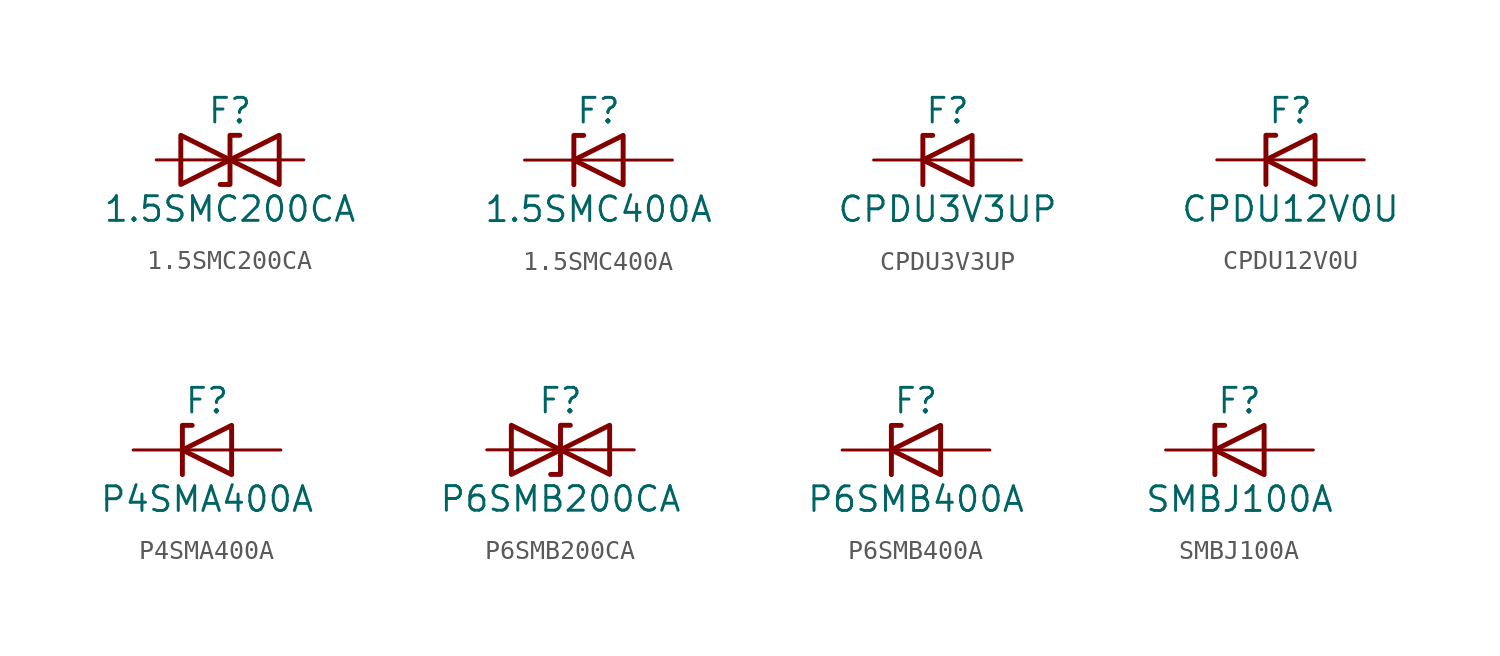
<source format=kicad_sym>
(kicad_symbol_lib
  (version 20220914)
  (generator kicad_db_lib)
  (symbol "1.5SMC200CA"
    (pin_numbers hide)
    (pin_names
      (offset 1.016) hide)
    (property "Reference" "F"
      (at 0 2.54 0)
      (effects (font (size 1.27 1.27))))
    (property "Value" "1.5SMC200CA"
      (at 0 -2.54 0)
      (effects (font (size 1.27 1.27))))
    (symbol "1.5SMC200CA_0_1"
      (polyline (pts (xy 1.27 0) (xy -1.27 0)) (stroke (width 0) (type default)) (fill (type none)))
      (polyline (pts (xy 0.508 1.27) (xy 0 1.27) (xy 0 -1.27) (xy -0.508 -1.27)) (stroke (width 0.254) (type default)) (fill (type none)))
      (polyline (pts (xy -2.54 1.27) (xy -2.54 -1.27) (xy 2.54 1.27) (xy 2.54 -1.27) (xy -2.54 1.27)) (stroke (width 0.254) (type default)) (fill (type none))))
    (symbol "1.5SMC200CA_1_1"
      (pin passive line (at -3.81 0 0) (length 2.54) (name "A1" (effects (font (size 1.27 1.27)))) (number "1" (effects (font (size 1.27 1.27)))))
      (pin passive line (at 3.81 0 180) (length 2.54) (name "A2" (effects (font (size 1.27 1.27)))) (number "2" (effects (font (size 1.27 1.27)))))))
  (symbol "1.5SMC400A"
    (pin_numbers hide)
    (pin_names
      (offset 1.016) hide)
    (property "Reference" "F"
      (at 0 2.54 0)
      (effects (font (size 1.27 1.27))))
    (property "Value" "1.5SMC400A"
      (at 0 -2.54 0)
      (effects (font (size 1.27 1.27))))
    (symbol "1.5SMC400A_0_1"
      (polyline (pts (xy 1.27 0) (xy -1.27 0)) (stroke (width 0) (type default)) (fill (type none)))
      (polyline (pts (xy -1.27 -1.27) (xy -1.27 1.27) (xy -0.762 1.27)) (stroke (width 0.254) (type default)) (fill (type none)))
      (polyline (pts (xy 1.27 -1.27) (xy 1.27 1.27) (xy -1.27 0) (xy 1.27 -1.27)) (stroke (width 0.254) (type default)) (fill (type none))))
    (symbol "1.5SMC400A_1_1"
      (pin passive line (at -3.81 0 0) (length 2.54) (name "K" (effects (font (size 1.27 1.27)))) (number "1" (effects (font (size 1.27 1.27)))))
      (pin passive line (at 3.81 0 180) (length 2.54) (name "A" (effects (font (size 1.27 1.27)))) (number "2" (effects (font (size 1.27 1.27)))))))
  (symbol "CPDU3V3UP"
    (pin_numbers hide)
    (pin_names
      (offset 1.016) hide)
    (property "Reference" "F"
      (at 0 2.54 0)
      (effects (font (size 1.27 1.27))))
    (property "Value" "CPDU3V3UP"
      (at 0 -2.54 0)
      (effects (font (size 1.27 1.27))))
    (symbol "CPDU3V3UP_0_1"
      (polyline (pts (xy 1.27 0) (xy -1.27 0)) (stroke (width 0) (type default)) (fill (type none)))
      (polyline (pts (xy -1.27 -1.27) (xy -1.27 1.27) (xy -0.762 1.27)) (stroke (width 0.254) (type default)) (fill (type none)))
      (polyline (pts (xy 1.27 -1.27) (xy 1.27 1.27) (xy -1.27 0) (xy 1.27 -1.27)) (stroke (width 0.254) (type default)) (fill (type none))))
    (symbol "CPDU3V3UP_1_1"
      (pin passive line (at -3.81 0 0) (length 2.54) (name "K" (effects (font (size 1.27 1.27)))) (number "1" (effects (font (size 1.27 1.27)))))
      (pin passive line (at 3.81 0 180) (length 2.54) (name "A" (effects (font (size 1.27 1.27)))) (number "2" (effects (font (size 1.27 1.27)))))))
  (symbol "CPDU12V0U"
    (pin_numbers hide)
    (pin_names
      (offset 1.016) hide)
    (property "Reference" "F"
      (at 0 2.54 0)
      (effects (font (size 1.27 1.27))))
    (property "Value" "CPDU12V0U"
      (at 0 -2.54 0)
      (effects (font (size 1.27 1.27))))
    (symbol "CPDU12V0U_0_1"
      (polyline (pts (xy 1.27 0) (xy -1.27 0)) (stroke (width 0) (type default)) (fill (type none)))
      (polyline (pts (xy -1.27 -1.27) (xy -1.27 1.27) (xy -0.762 1.27)) (stroke (width 0.254) (type default)) (fill (type none)))
      (polyline (pts (xy 1.27 -1.27) (xy 1.27 1.27) (xy -1.27 0) (xy 1.27 -1.27)) (stroke (width 0.254) (type default)) (fill (type none))))
    (symbol "CPDU12V0U_1_1"
      (pin passive line (at -3.81 0 0) (length 2.54) (name "K" (effects (font (size 1.27 1.27)))) (number "1" (effects (font (size 1.27 1.27)))))
      (pin passive line (at 3.81 0 180) (length 2.54) (name "A" (effects (font (size 1.27 1.27)))) (number "2" (effects (font (size 1.27 1.27)))))))
  (symbol "P4SMA400A"
    (pin_numbers hide)
    (pin_names
      (offset 1.016) hide)
    (property "Reference" "F"
      (at 0 2.54 0)
      (effects (font (size 1.27 1.27))))
    (property "Value" "P4SMA400A"
      (at 0 -2.54 0)
      (effects (font (size 1.27 1.27))))
    (symbol "P4SMA400A_0_1"
      (polyline (pts (xy 1.27 0) (xy -1.27 0)) (stroke (width 0) (type default)) (fill (type none)))
      (polyline (pts (xy -1.27 -1.27) (xy -1.27 1.27) (xy -0.762 1.27)) (stroke (width 0.254) (type default)) (fill (type none)))
      (polyline (pts (xy 1.27 -1.27) (xy 1.27 1.27) (xy -1.27 0) (xy 1.27 -1.27)) (stroke (width 0.254) (type default)) (fill (type none))))
    (symbol "P4SMA400A_1_1"
      (pin passive line (at -3.81 0 0) (length 2.54) (name "K" (effects (font (size 1.27 1.27)))) (number "1" (effects (font (size 1.27 1.27)))))
      (pin passive line (at 3.81 0 180) (length 2.54) (name "A" (effects (font (size 1.27 1.27)))) (number "2" (effects (font (size 1.27 1.27)))))))
  (symbol "P6SMB200CA"
    (pin_numbers hide)
    (pin_names
      (offset 1.016) hide)
    (property "Reference" "F"
      (at 0 2.54 0)
      (effects (font (size 1.27 1.27))))
    (property "Value" "P6SMB200CA"
      (at 0 -2.54 0)
      (effects (font (size 1.27 1.27))))
    (symbol "P6SMB200CA_0_1"
      (polyline (pts (xy 1.27 0) (xy -1.27 0)) (stroke (width 0) (type default)) (fill (type none)))
      (polyline (pts (xy 0.508 1.27) (xy 0 1.27) (xy 0 -1.27) (xy -0.508 -1.27)) (stroke (width 0.254) (type default)) (fill (type none)))
      (polyline (pts (xy -2.54 1.27) (xy -2.54 -1.27) (xy 2.54 1.27) (xy 2.54 -1.27) (xy -2.54 1.27)) (stroke (width 0.254) (type default)) (fill (type none))))
    (symbol "P6SMB200CA_1_1"
      (pin passive line (at -3.81 0 0) (length 2.54) (name "A1" (effects (font (size 1.27 1.27)))) (number "1" (effects (font (size 1.27 1.27)))))
      (pin passive line (at 3.81 0 180) (length 2.54) (name "A2" (effects (font (size 1.27 1.27)))) (number "2" (effects (font (size 1.27 1.27)))))))
  (symbol "P6SMB400A"
    (pin_numbers hide)
    (pin_names
      (offset 1.016) hide)
    (property "Reference" "F"
      (at 0 2.54 0)
      (effects (font (size 1.27 1.27))))
    (property "Value" "P6SMB400A"
      (at 0 -2.54 0)
      (effects (font (size 1.27 1.27))))
    (symbol "P6SMB400A_0_1"
      (polyline (pts (xy 1.27 0) (xy -1.27 0)) (stroke (width 0) (type default)) (fill (type none)))
      (polyline (pts (xy -1.27 -1.27) (xy -1.27 1.27) (xy -0.762 1.27)) (stroke (width 0.254) (type default)) (fill (type none)))
      (polyline (pts (xy 1.27 -1.27) (xy 1.27 1.27) (xy -1.27 0) (xy 1.27 -1.27)) (stroke (width 0.254) (type default)) (fill (type none))))
    (symbol "P6SMB400A_1_1"
      (pin passive line (at -3.81 0 0) (length 2.54) (name "K" (effects (font (size 1.27 1.27)))) (number "1" (effects (font (size 1.27 1.27)))))
      (pin passive line (at 3.81 0 180) (length 2.54) (name "A" (effects (font (size 1.27 1.27)))) (number "2" (effects (font (size 1.27 1.27)))))))
  (symbol "SMBJ100A"
    (pin_numbers hide)
    (pin_names
      (offset 1.016) hide)
    (property "Reference" "F"
      (at 0 2.54 0)
      (effects (font (size 1.27 1.27))))
    (property "Value" "SMBJ100A"
      (at 0 -2.54 0)
      (effects (font (size 1.27 1.27))))
    (symbol "SMBJ100A_0_1"
      (polyline (pts (xy 1.27 0) (xy -1.27 0)) (stroke (width 0) (type default)) (fill (type none)))
      (polyline (pts (xy -1.27 -1.27) (xy -1.27 1.27) (xy -0.762 1.27)) (stroke (width 0.254) (type default)) (fill (type none)))
      (polyline (pts (xy 1.27 -1.27) (xy 1.27 1.27) (xy -1.27 0) (xy 1.27 -1.27)) (stroke (width 0.254) (type default)) (fill (type none))))
    (symbol "SMBJ100A_1_1"
      (pin passive line (at -3.81 0 0) (length 2.54) (name "K" (effects (font (size 1.27 1.27)))) (number "1" (effects (font (size 1.27 1.27)))))
      (pin passive line (at 3.81 0 180) (length 2.54) (name "A" (effects (font (size 1.27 1.27)))) (number "2" (effects (font (size 1.27 1.27))))))))
</source>
